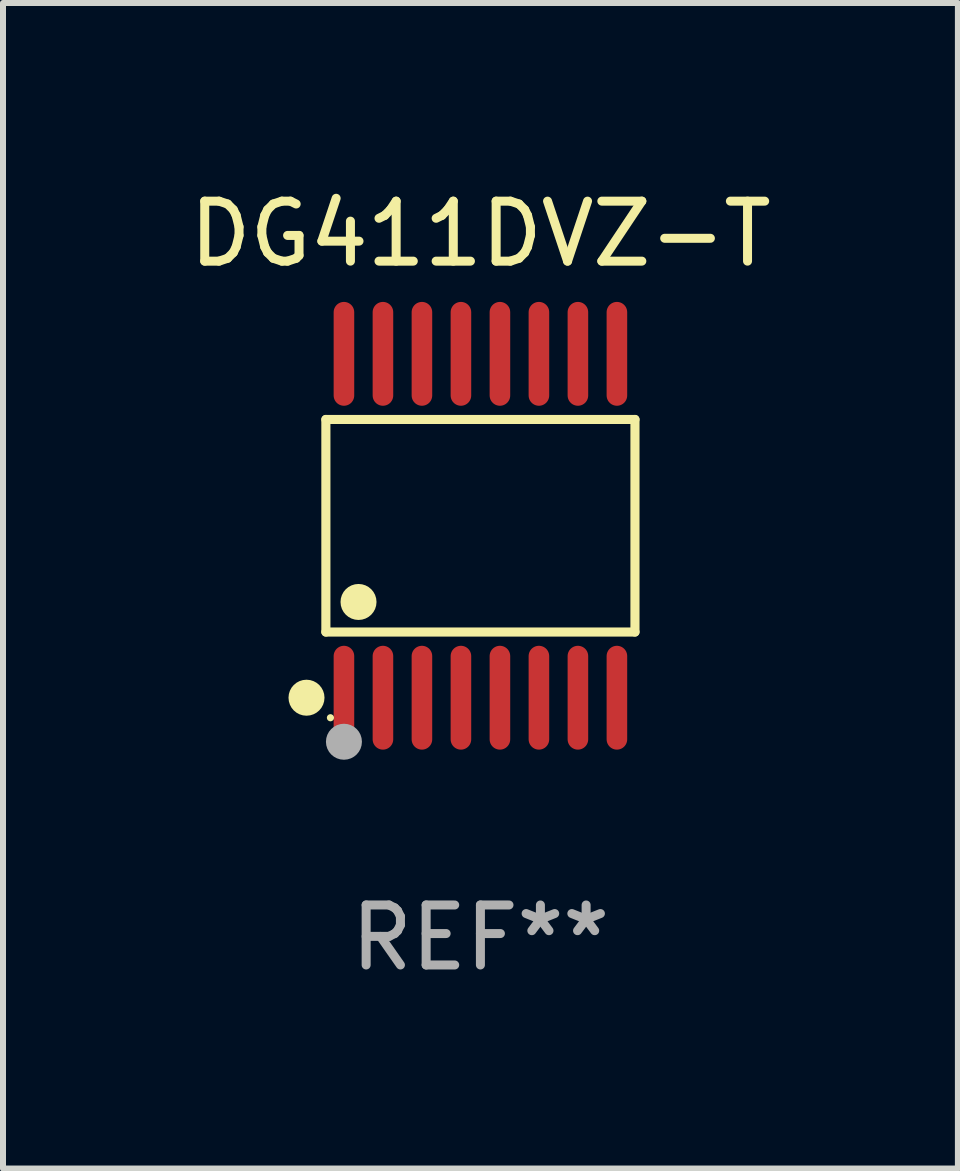
<source format=kicad_pcb>
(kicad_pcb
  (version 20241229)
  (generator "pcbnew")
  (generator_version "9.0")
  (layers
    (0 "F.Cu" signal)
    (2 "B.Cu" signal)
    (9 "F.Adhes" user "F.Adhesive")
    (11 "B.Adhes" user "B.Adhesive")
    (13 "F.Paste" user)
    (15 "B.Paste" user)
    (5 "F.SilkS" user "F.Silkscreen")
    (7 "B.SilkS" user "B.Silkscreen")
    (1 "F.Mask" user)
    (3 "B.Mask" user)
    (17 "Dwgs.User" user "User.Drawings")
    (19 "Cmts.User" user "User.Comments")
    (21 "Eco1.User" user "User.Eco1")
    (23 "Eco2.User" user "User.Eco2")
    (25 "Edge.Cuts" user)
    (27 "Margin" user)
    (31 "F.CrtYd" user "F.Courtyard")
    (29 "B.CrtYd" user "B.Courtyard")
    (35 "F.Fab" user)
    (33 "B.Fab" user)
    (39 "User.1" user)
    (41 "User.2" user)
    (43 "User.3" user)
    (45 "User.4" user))
  (footprint "DG411DVZ-T"
    (layer "F.Cu")
    (at 4.958 5.714)
    (property "Reference" "DG411DVZ-T" (at 0 -4.866 0) (layer "F.SilkS") (effects (font (size 1 1) (thickness 0.15))))
    (attr through_hole)
    (fp_line (start -2.576 -1.772) (end 2.576 -1.772) (stroke (width 0.152) (type solid)) (layer "F.SilkS"))
    (fp_line (start -2.576 1.771) (end -2.576 -1.772) (stroke (width 0.152) (type solid)) (layer "F.SilkS"))
    (fp_line (start 2.576 -1.772) (end 2.576 1.771) (stroke (width 0.152) (type solid)) (layer "F.SilkS"))
    (fp_line (start 2.576 1.771) (end -2.576 1.771) (stroke (width 0.152) (type solid)) (layer "F.SilkS"))
    (fp_circle (center -2.899 2.866) (end -2.749 2.866) (stroke (width 0.3) (type solid)) (fill no) (layer "F.SilkS"))
    (fp_circle (center -2.5 3.2) (end -2.47 3.2) (stroke (width 0.06) (type solid)) (fill no) (layer "F.SilkS"))
    (fp_circle (center -2.032 1.27) (end -1.882 1.27) (stroke (width 0.3) (type solid)) (fill no) (layer "F.SilkS"))
    (fp_circle (center -2.275 3.6) (end -2.125 3.6) (stroke (width 0.3) (type solid)) (fill no) (layer "F.Fab"))
    (fp_text user "REF**" (at 0 6.866 0) (layer "F.Fab") (effects (font (size 1 1) (thickness 0.15))))
    (pad "1" smd oval (at -2.275 2.866) (size 0.343 1.731) (layers "F.Cu" "F.Mask" "F.Paste"))
    (pad "2" smd oval (at -1.625 2.866) (size 0.343 1.731) (layers "F.Cu" "F.Mask" "F.Paste"))
    (pad "3" smd oval (at -0.975 2.866) (size 0.343 1.731) (layers "F.Cu" "F.Mask" "F.Paste"))
    (pad "4" smd oval (at -0.325 2.866) (size 0.343 1.731) (layers "F.Cu" "F.Mask" "F.Paste"))
    (pad "5" smd oval (at 0.325 2.866) (size 0.343 1.731) (layers "F.Cu" "F.Mask" "F.Paste"))
    (pad "6" smd oval (at 0.975 2.866) (size 0.343 1.731) (layers "F.Cu" "F.Mask" "F.Paste"))
    (pad "7" smd oval (at 1.625 2.866) (size 0.343 1.731) (layers "F.Cu" "F.Mask" "F.Paste"))
    (pad "8" smd oval (at 2.275 2.866) (size 0.343 1.731) (layers "F.Cu" "F.Mask" "F.Paste"))
    (pad "9" smd oval (at 2.275 -2.866) (size 0.343 1.731) (layers "F.Cu" "F.Mask" "F.Paste"))
    (pad "10" smd oval (at 1.625 -2.866) (size 0.343 1.731) (layers "F.Cu" "F.Mask" "F.Paste"))
    (pad "11" smd oval (at 0.975 -2.866) (size 0.343 1.731) (layers "F.Cu" "F.Mask" "F.Paste"))
    (pad "12" smd oval (at 0.325 -2.866) (size 0.343 1.731) (layers "F.Cu" "F.Mask" "F.Paste"))
    (pad "13" smd oval (at -0.325 -2.866) (size 0.343 1.731) (layers "F.Cu" "F.Mask" "F.Paste"))
    (pad "14" smd oval (at -0.975 -2.866) (size 0.343 1.731) (layers "F.Cu" "F.Mask" "F.Paste"))
    (pad "15" smd oval (at -1.625 -2.866) (size 0.343 1.731) (layers "F.Cu" "F.Mask" "F.Paste"))
    (pad "16" smd oval (at -2.275 -2.866) (size 0.343 1.731) (layers "F.Cu" "F.Mask" "F.Paste")))
  (gr_rect
    (start -3 -3)
    (end 12.917 16.428)
    (stroke (width 0.1) (type default))
    (fill no)
    (layer "Edge.Cuts")))
</source>
